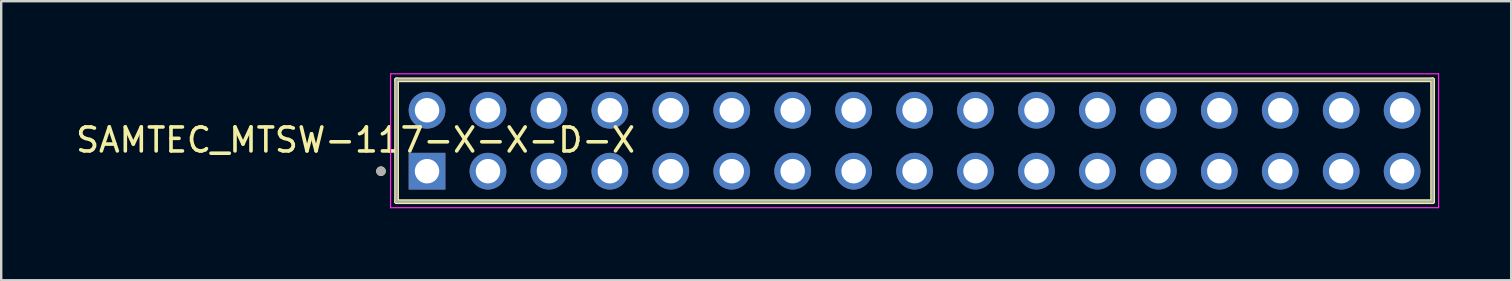
<source format=kicad_pcb>
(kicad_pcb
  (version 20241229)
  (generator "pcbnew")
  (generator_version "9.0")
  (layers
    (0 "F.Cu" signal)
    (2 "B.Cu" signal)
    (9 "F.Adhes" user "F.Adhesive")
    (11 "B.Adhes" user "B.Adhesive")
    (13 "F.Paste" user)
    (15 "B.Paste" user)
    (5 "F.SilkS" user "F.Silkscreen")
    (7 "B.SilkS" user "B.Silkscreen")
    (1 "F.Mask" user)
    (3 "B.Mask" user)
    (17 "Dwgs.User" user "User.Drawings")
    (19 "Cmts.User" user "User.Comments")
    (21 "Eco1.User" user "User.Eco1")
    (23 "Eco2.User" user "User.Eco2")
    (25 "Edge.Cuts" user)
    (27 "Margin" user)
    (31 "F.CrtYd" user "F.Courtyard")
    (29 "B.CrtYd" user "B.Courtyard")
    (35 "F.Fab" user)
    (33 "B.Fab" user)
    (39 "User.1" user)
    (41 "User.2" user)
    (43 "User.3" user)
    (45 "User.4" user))
  (footprint "SAMTEC_MTSW-117-X-X-D-X"
    (layer "F.Cu")
    (at 35.068 2.815)
    (property "Reference" "SAMTEC_MTSW-117-X-X-D-X" (at -23.3 -0.03 0) (layer "F.SilkS") (effects (font (size 1 1) (thickness 0.15))))
    (attr through_hole)
    (fp_line (start -21.59 2.54) (end -21.59 -2.54) (stroke (width 0.2) (type solid)) (layer "F.SilkS"))
    (fp_line (start 21.59 -2.54) (end -21.59 -2.54) (stroke (width 0.2) (type solid)) (layer "F.SilkS"))
    (fp_line (start 21.59 -2.54) (end 21.59 2.54) (stroke (width 0.2) (type solid)) (layer "F.SilkS"))
    (fp_line (start 21.59 2.54) (end -21.59 2.54) (stroke (width 0.2) (type solid)) (layer "F.SilkS"))
    (fp_circle (center -22.24 1.27) (end -22.14 1.27) (stroke (width 0.2) (type solid)) (fill no) (layer "F.SilkS"))
    (fp_line (start -21.84 -2.79) (end 21.84 -2.79) (stroke (width 0.05) (type solid)) (layer "F.CrtYd"))
    (fp_line (start -21.84 2.79) (end -21.84 -2.79) (stroke (width 0.05) (type solid)) (layer "F.CrtYd"))
    (fp_line (start 21.84 -2.79) (end 21.84 2.79) (stroke (width 0.05) (type solid)) (layer "F.CrtYd"))
    (fp_line (start 21.84 2.79) (end -21.84 2.79) (stroke (width 0.05) (type solid)) (layer "F.CrtYd"))
    (fp_line (start -21.59 -2.54) (end 21.59 -2.54) (stroke (width 0.1) (type solid)) (layer "F.Fab"))
    (fp_line (start -21.59 2.54) (end -21.59 -2.54) (stroke (width 0.1) (type solid)) (layer "F.Fab"))
    (fp_line (start 21.59 -2.54) (end 21.59 2.54) (stroke (width 0.1) (type solid)) (layer "F.Fab"))
    (fp_line (start 21.59 2.54) (end -21.59 2.54) (stroke (width 0.1) (type solid)) (layer "F.Fab"))
    (fp_circle (center -22.24 1.27) (end -22.14 1.27) (stroke (width 0.2) (type solid)) (fill no) (layer "F.Fab"))
    (pad "01" thru_hole rect (at -20.32 1.27) (size 1.53 1.53) (drill 1.02) (layers "*.Cu" "*.Mask"))
    (pad "02" thru_hole circle (at -20.32 -1.27) (size 1.53 1.53) (drill 1.02) (layers "*.Cu" "*.Mask"))
    (pad "03" thru_hole circle (at -17.78 1.27) (size 1.53 1.53) (drill 1.02) (layers "*.Cu" "*.Mask"))
    (pad "04" thru_hole circle (at -17.78 -1.27) (size 1.53 1.53) (drill 1.02) (layers "*.Cu" "*.Mask"))
    (pad "05" thru_hole circle (at -15.24 1.27) (size 1.53 1.53) (drill 1.02) (layers "*.Cu" "*.Mask"))
    (pad "06" thru_hole circle (at -15.24 -1.27) (size 1.53 1.53) (drill 1.02) (layers "*.Cu" "*.Mask"))
    (pad "07" thru_hole circle (at -12.7 1.27) (size 1.53 1.53) (drill 1.02) (layers "*.Cu" "*.Mask"))
    (pad "08" thru_hole circle (at -12.7 -1.27) (size 1.53 1.53) (drill 1.02) (layers "*.Cu" "*.Mask"))
    (pad "09" thru_hole circle (at -10.16 1.27) (size 1.53 1.53) (drill 1.02) (layers "*.Cu" "*.Mask"))
    (pad "10" thru_hole circle (at -10.16 -1.27) (size 1.53 1.53) (drill 1.02) (layers "*.Cu" "*.Mask"))
    (pad "11" thru_hole circle (at -7.62 1.27) (size 1.53 1.53) (drill 1.02) (layers "*.Cu" "*.Mask"))
    (pad "12" thru_hole circle (at -7.62 -1.27) (size 1.53 1.53) (drill 1.02) (layers "*.Cu" "*.Mask"))
    (pad "13" thru_hole circle (at -5.08 1.27) (size 1.53 1.53) (drill 1.02) (layers "*.Cu" "*.Mask"))
    (pad "14" thru_hole circle (at -5.08 -1.27) (size 1.53 1.53) (drill 1.02) (layers "*.Cu" "*.Mask"))
    (pad "15" thru_hole circle (at -2.54 1.27) (size 1.53 1.53) (drill 1.02) (layers "*.Cu" "*.Mask"))
    (pad "16" thru_hole circle (at -2.54 -1.27) (size 1.53 1.53) (drill 1.02) (layers "*.Cu" "*.Mask"))
    (pad "17" thru_hole circle (at 0 1.27) (size 1.53 1.53) (drill 1.02) (layers "*.Cu" "*.Mask"))
    (pad "18" thru_hole circle (at 0 -1.27) (size 1.53 1.53) (drill 1.02) (layers "*.Cu" "*.Mask"))
    (pad "19" thru_hole circle (at 2.54 1.27) (size 1.53 1.53) (drill 1.02) (layers "*.Cu" "*.Mask"))
    (pad "20" thru_hole circle (at 2.54 -1.27) (size 1.53 1.53) (drill 1.02) (layers "*.Cu" "*.Mask"))
    (pad "21" thru_hole circle (at 5.08 1.27) (size 1.53 1.53) (drill 1.02) (layers "*.Cu" "*.Mask"))
    (pad "22" thru_hole circle (at 5.08 -1.27) (size 1.53 1.53) (drill 1.02) (layers "*.Cu" "*.Mask"))
    (pad "23" thru_hole circle (at 7.62 1.27) (size 1.53 1.53) (drill 1.02) (layers "*.Cu" "*.Mask"))
    (pad "24" thru_hole circle (at 7.62 -1.27) (size 1.53 1.53) (drill 1.02) (layers "*.Cu" "*.Mask"))
    (pad "25" thru_hole circle (at 10.16 1.27) (size 1.53 1.53) (drill 1.02) (layers "*.Cu" "*.Mask"))
    (pad "26" thru_hole circle (at 10.16 -1.27) (size 1.53 1.53) (drill 1.02) (layers "*.Cu" "*.Mask"))
    (pad "27" thru_hole circle (at 12.7 1.27) (size 1.53 1.53) (drill 1.02) (layers "*.Cu" "*.Mask"))
    (pad "28" thru_hole circle (at 12.7 -1.27) (size 1.53 1.53) (drill 1.02) (layers "*.Cu" "*.Mask"))
    (pad "29" thru_hole circle (at 15.24 1.27) (size 1.53 1.53) (drill 1.02) (layers "*.Cu" "*.Mask"))
    (pad "30" thru_hole circle (at 15.24 -1.27) (size 1.53 1.53) (drill 1.02) (layers "*.Cu" "*.Mask"))
    (pad "31" thru_hole circle (at 17.78 1.27) (size 1.53 1.53) (drill 1.02) (layers "*.Cu" "*.Mask"))
    (pad "32" thru_hole circle (at 17.78 -1.27) (size 1.53 1.53) (drill 1.02) (layers "*.Cu" "*.Mask"))
    (pad "33" thru_hole circle (at 20.32 1.27) (size 1.53 1.53) (drill 1.02) (layers "*.Cu" "*.Mask"))
    (pad "34" thru_hole circle (at 20.32 -1.27) (size 1.53 1.53) (drill 1.02) (layers "*.Cu" "*.Mask")))
  (gr_rect
    (start -3 -3)
    (end 59.933 8.63)
    (stroke (width 0.1) (type default))
    (fill no)
    (layer "Edge.Cuts")))
</source>
